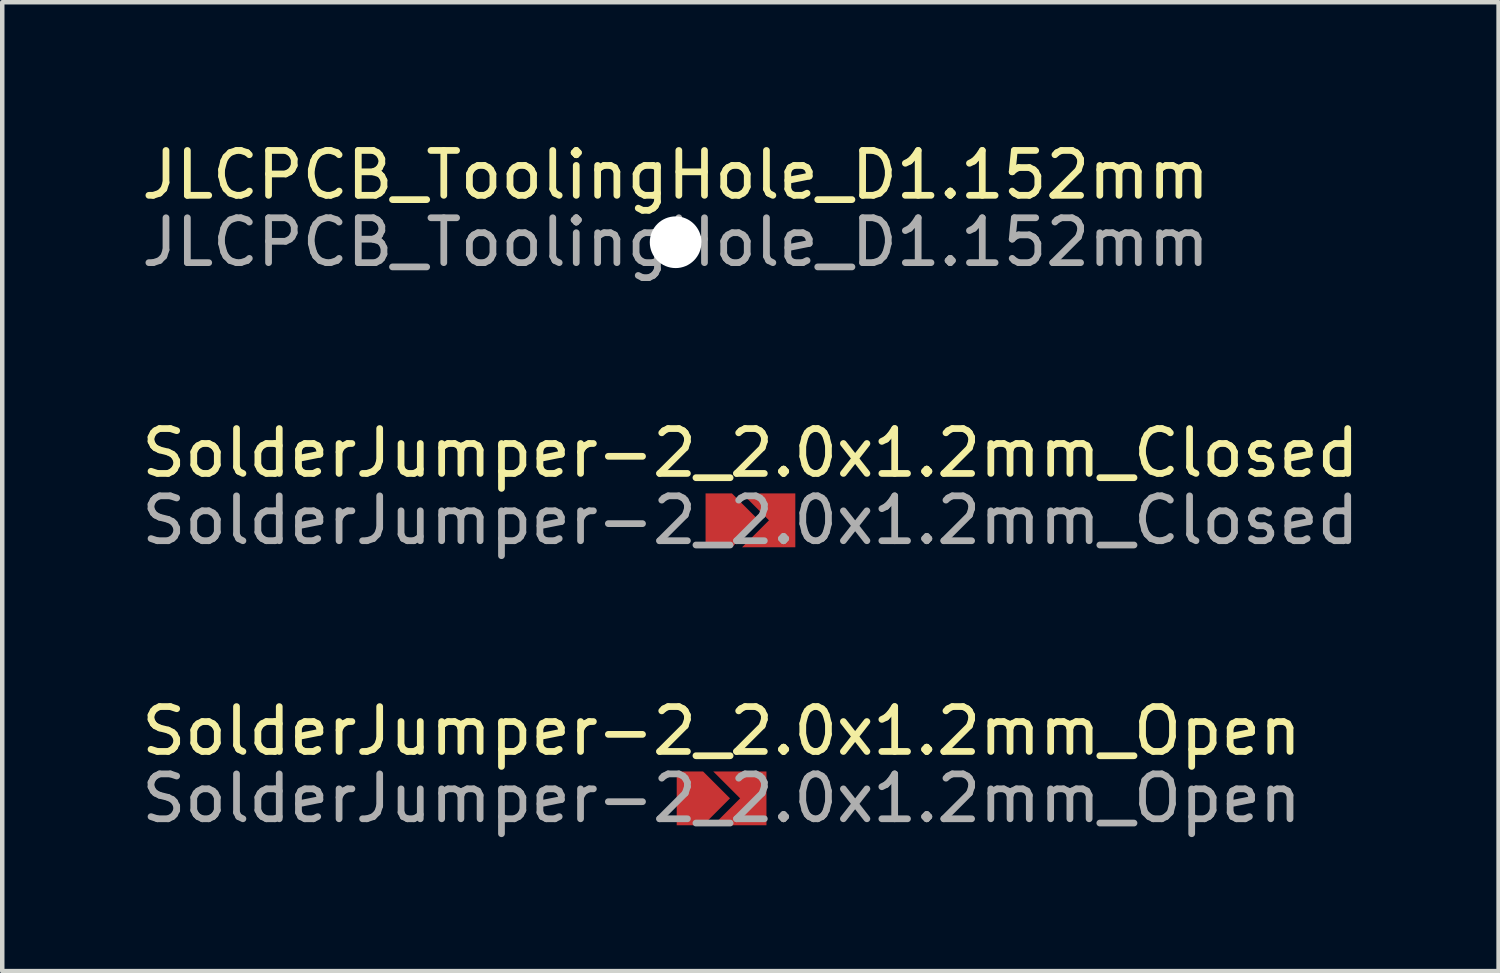
<source format=kicad_pcb>
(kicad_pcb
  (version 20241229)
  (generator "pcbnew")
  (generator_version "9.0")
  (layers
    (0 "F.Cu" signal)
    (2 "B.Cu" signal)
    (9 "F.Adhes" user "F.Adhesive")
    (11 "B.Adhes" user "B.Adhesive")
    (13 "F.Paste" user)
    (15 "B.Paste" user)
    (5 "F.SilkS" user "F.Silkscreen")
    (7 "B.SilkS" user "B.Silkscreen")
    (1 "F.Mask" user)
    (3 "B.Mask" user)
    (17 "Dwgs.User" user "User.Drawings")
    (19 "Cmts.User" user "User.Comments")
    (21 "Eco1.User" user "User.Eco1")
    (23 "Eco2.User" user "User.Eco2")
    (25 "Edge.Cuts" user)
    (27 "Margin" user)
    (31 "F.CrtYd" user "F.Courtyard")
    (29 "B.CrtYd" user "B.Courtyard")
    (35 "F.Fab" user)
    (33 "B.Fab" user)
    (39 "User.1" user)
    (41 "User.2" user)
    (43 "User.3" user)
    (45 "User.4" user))
  (footprint "SolderJumper-2_2.0x1.2mm_Closed"
    (layer "F.Cu")
    (at 13.673 8.545)
    (property "Reference" "SolderJumper-2_2.0x1.2mm_Closed" (at 0 -1.5 0) (layer "F.SilkS") (effects (font (size 1 1) (thickness 0.15))))
    (attr smd exclude_from_pos_files exclude_from_bom)
    (fp_poly (pts (xy 1 0.6) (xy -1 0.6) (xy -1 -0.6) (xy 1 -0.6)) (stroke (width 0.16) (type solid)) (fill yes) (layer "F.Mask"))
    (fp_poly (pts (xy 0.9 0.5) (xy -0.9 0.5) (xy -0.9 -0.5) (xy 0.9 -0.5)) (stroke (width 0.16) (type solid)) (fill yes) (layer "F.Paste"))
    (fp_text user "${REFERENCE}" (at 0 0 0) (layer "F.Fab") (effects (font (size 1 1) (thickness 0.15))))
    (pad "1" smd custom (at -0.85 0) (size 0.3 0.3) (layers "F.Cu" "F.Mask") (options (anchor rect)) (primitives (gr_poly (pts (xy 1.037 0) (xy 0.437 0.6) (xy -0.15 0.6) (xy -0.15 -0.6) (xy 0.437 -0.6)) (width 0) (fill yes))))
    (pad "2" smd custom (at 0.85 0) (size 0.3 0.3) (layers "F.Cu" "F.Mask") (options (anchor rect)) (primitives (gr_poly (pts (xy 0.15 0.6) (xy -1.037 0.6) (xy -0.437 0) (xy -1.037 -0.6) (xy 0.15 -0.6)) (width 0) (fill yes)))))
  (footprint "JLCPCB_ToolingHole_D1.152mm"
    (layer "F.Cu")
    (at 12.006 2.348)
    (property "Reference" "JLCPCB_ToolingHole_D1.152mm" (at 0 -1.5 0) (layer "F.SilkS") (effects (font (size 1 1) (thickness 0.15))))
    (attr through_hole exclude_from_bom)
    (fp_text user "${REFERENCE}" (at 0 0 0) (layer "F.Fab") (effects (font (size 1 1) (thickness 0.15))))
    (pad "" np_thru_hole circle (at 0 0) (size 1.152 1.152) (drill 1.152) (layers "*.Cu" "*.Mask")))
  (footprint "SolderJumper-2_2.0x1.2mm_Open"
    (layer "F.Cu")
    (at 13.03 14.741)
    (property "Reference" "SolderJumper-2_2.0x1.2mm_Open" (at 0 -1.5 0) (layer "F.SilkS") (effects (font (size 1 1) (thickness 0.15))))
    (attr smd exclude_from_pos_files exclude_from_bom)
    (fp_poly (pts (xy 1 0.6) (xy -1 0.6) (xy -1 -0.6) (xy 1 -0.6)) (stroke (width 0.16) (type solid)) (fill yes) (layer "F.Mask"))
    (fp_text user "${REFERENCE}" (at 0 0 0) (layer "F.Fab") (effects (font (size 1 1) (thickness 0.15))))
    (pad "1" smd custom (at -0.85 0) (size 0.3 0.3) (layers "F.Cu" "F.Mask") (options (anchor rect)) (primitives (gr_poly (pts (xy 1.037 0) (xy 0.437 0.6) (xy -0.15 0.6) (xy -0.15 -0.6) (xy 0.437 -0.6)) (width 0) (fill yes))))
    (pad "2" smd custom (at 0.85 0) (size 0.3 0.3) (layers "F.Cu" "F.Mask") (options (anchor rect)) (primitives (gr_poly (pts (xy 0.15 0.6) (xy -1.037 0.6) (xy -0.437 0) (xy -1.037 -0.6) (xy 0.15 -0.6)) (width 0) (fill yes)))))
  (gr_rect
    (start -3 -3)
    (end 30.345 18.59)
    (stroke (width 0.1) (type default))
    (fill no)
    (layer "Edge.Cuts")))
</source>
